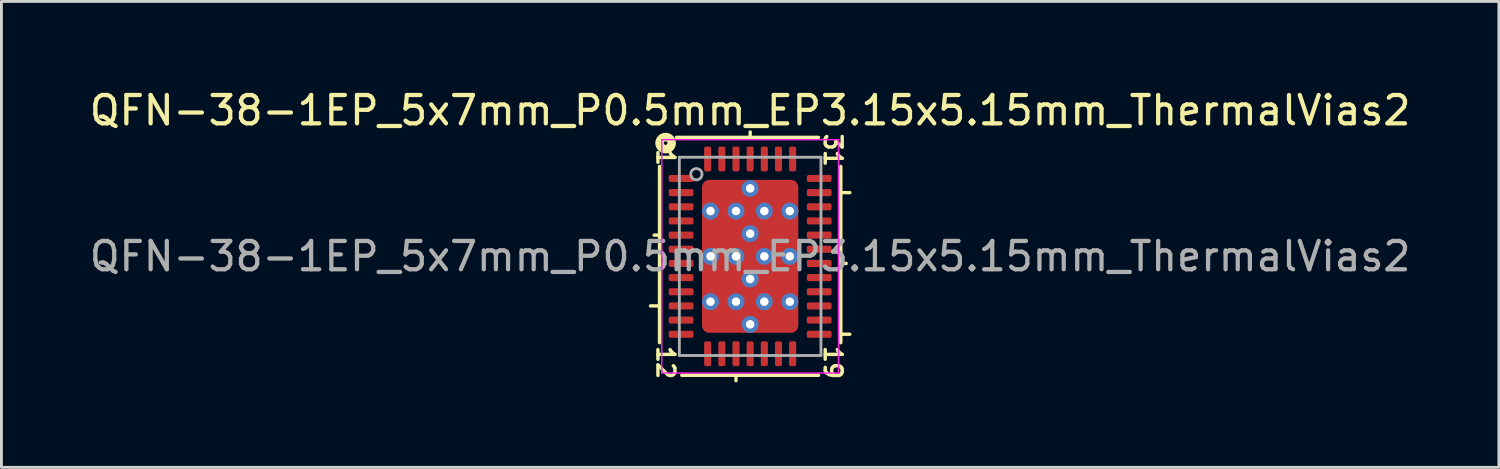
<source format=kicad_pcb>
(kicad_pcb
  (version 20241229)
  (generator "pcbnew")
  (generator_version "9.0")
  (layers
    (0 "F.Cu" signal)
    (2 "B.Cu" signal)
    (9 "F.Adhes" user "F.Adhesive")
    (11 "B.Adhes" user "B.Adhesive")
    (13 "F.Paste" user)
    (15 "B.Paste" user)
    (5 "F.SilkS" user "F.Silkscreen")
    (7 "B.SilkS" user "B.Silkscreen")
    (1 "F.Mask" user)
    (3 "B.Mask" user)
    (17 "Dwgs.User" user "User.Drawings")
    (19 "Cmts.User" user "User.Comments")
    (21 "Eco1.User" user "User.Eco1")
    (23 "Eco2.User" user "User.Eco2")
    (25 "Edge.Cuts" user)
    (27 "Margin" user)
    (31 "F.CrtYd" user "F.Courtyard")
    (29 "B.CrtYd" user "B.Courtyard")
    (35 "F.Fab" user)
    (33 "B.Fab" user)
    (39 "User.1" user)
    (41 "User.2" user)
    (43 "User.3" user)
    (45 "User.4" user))
  (footprint "QFN-38-1EP_5x7mm_P0.5mm_EP3.15x5.15mm_ThermalVias2"
    (layer "F.Cu")
    (at 23.435 6.001)
    (property "Reference" "QFN-38-1EP_5x7mm_P0.5mm_EP3.15x5.15mm_ThermalVias2" (at 0 -5.152 0) (layer "F.SilkS") (effects (font (size 1 1) (thickness 0.15))))
    (attr smd)
    (fp_line (start -3.2 -3.175) (end -3.2 3.048) (stroke (width 0.12) (type solid)) (layer "F.SilkS"))
    (fp_line (start -3.2 -0.75) (end -3.39 -0.75) (stroke (width 0.12) (type solid)) (layer "F.SilkS"))
    (fp_line (start -3.2 1.75) (end -3.518 1.75) (stroke (width 0.12) (type solid)) (layer "F.SilkS"))
    (fp_line (start -2.413 4.2) (end 2.413 4.2) (stroke (width 0.12) (type solid)) (layer "F.SilkS"))
    (fp_line (start -0.5 4.2) (end -0.5 4.391) (stroke (width 0.12) (type solid)) (layer "F.SilkS"))
    (fp_line (start 0 -4.2) (end 0 -4.391) (stroke (width 0.12) (type solid)) (layer "F.SilkS"))
    (fp_line (start 2.413 -4.2) (end -2.603 -4.2) (stroke (width 0.12) (type solid)) (layer "F.SilkS"))
    (fp_line (start 3.2 -2.25) (end 3.518 -2.25) (stroke (width 0.12) (type solid)) (layer "F.SilkS"))
    (fp_line (start 3.2 0.25) (end 3.39 0.25) (stroke (width 0.12) (type solid)) (layer "F.SilkS"))
    (fp_line (start 3.2 2.75) (end 3.518 2.75) (stroke (width 0.12) (type solid)) (layer "F.SilkS"))
    (fp_line (start 3.2 3.048) (end 3.2 -3.175) (stroke (width 0.12) (type solid)) (layer "F.SilkS"))
    (fp_circle (center -2.985 -4) (end -2.921 -4) (stroke (width 0.3) (type solid)) (fill no) (layer "F.SilkS"))
    (fp_line (start -3.12 -4.12) (end -3.12 4.12) (stroke (width 0.05) (type solid)) (layer "F.CrtYd"))
    (fp_line (start -3.12 4.12) (end 3.12 4.12) (stroke (width 0.05) (type solid)) (layer "F.CrtYd"))
    (fp_line (start 3.12 -4.12) (end -3.12 -4.12) (stroke (width 0.05) (type solid)) (layer "F.CrtYd"))
    (fp_line (start 3.12 4.12) (end 3.12 -4.12) (stroke (width 0.05) (type solid)) (layer "F.CrtYd"))
    (fp_line (start -2.5 -3.5) (end 2.5 -3.5) (stroke (width 0.1) (type solid)) (layer "F.Fab"))
    (fp_line (start -2.5 3.5) (end -2.5 -3.5) (stroke (width 0.1) (type solid)) (layer "F.Fab"))
    (fp_line (start 2.5 -3.5) (end 2.5 3.5) (stroke (width 0.1) (type solid)) (layer "F.Fab"))
    (fp_line (start 2.5 3.5) (end -2.5 3.5) (stroke (width 0.1) (type solid)) (layer "F.Fab"))
    (fp_circle (center -1.9 -2.9) (end -1.7 -2.9) (stroke (width 0.1) (type solid)) (fill no) (layer "F.Fab"))
    (fp_text user "19" (at 2.921 3.747 270) (unlocked yes) (layer "F.SilkS") (effects (font (size 0.6 0.6) (thickness 0.12))))
    (fp_text user "31" (at 2.921 -3.747 270) (unlocked yes) (layer "F.SilkS") (effects (font (size 0.6 0.6) (thickness 0.12))))
    (fp_text user "12" (at -2.985 3.747 270) (unlocked yes) (layer "F.SilkS") (effects (font (size 0.6 0.6) (thickness 0.12))))
    (fp_text user "1" (at -2.985 -3.493 270) (unlocked yes) (layer "F.SilkS") (effects (font (size 0.6 0.6) (thickness 0.12))))
    (fp_text user "${REFERENCE}" (at 0 0 0) (layer "F.Fab") (effects (font (size 1 1) (thickness 0.15))))
    (pad "" smd roundrect (at -1.238 -2.225) (size 0.425 0.45) (layers "F.Paste") (roundrect_rratio 0.25))
    (pad "" smd roundrect (at -1.238 -0.8) (size 0.425 0.8) (layers "F.Paste") (roundrect_rratio 0.25))
    (pad "" smd roundrect (at -1.238 0.8) (size 0.425 0.8) (layers "F.Paste") (roundrect_rratio 0.25))
    (pad "" smd roundrect (at -1.238 2.225) (size 0.425 0.45) (layers "F.Paste") (roundrect_rratio 0.25))
    (pad "" smd roundrect (at -0.938 -2.237) (size 1.275 0.675) (layers "F.Mask") (roundrect_rratio 0.25))
    (pad "" smd roundrect (at -0.938 -0.8) (size 1.275 1) (layers "F.Mask") (roundrect_rratio 0.25))
    (pad "" smd roundrect (at -0.938 0.8) (size 1.275 1) (layers "F.Mask") (roundrect_rratio 0.25))
    (pad "" smd roundrect (at -0.938 2.237) (size 1.275 0.675) (layers "F.Mask") (roundrect_rratio 0.25))
    (pad "" smd roundrect (at -0.613 -2.225) (size 0.425 0.45) (layers "F.Paste") (roundrect_rratio 0.25))
    (pad "" smd roundrect (at -0.613 -0.8) (size 0.425 0.8) (layers "F.Paste") (roundrect_rratio 0.25))
    (pad "" smd roundrect (at -0.613 0.8) (size 0.425 0.8) (layers "F.Paste") (roundrect_rratio 0.25))
    (pad "" smd roundrect (at -0.613 2.225) (size 0.425 0.45) (layers "F.Paste") (roundrect_rratio 0.25))
    (pad "" smd roundrect (at 0.613 -2.225) (size 0.425 0.45) (layers "F.Paste") (roundrect_rratio 0.25))
    (pad "" smd roundrect (at 0.613 -0.8) (size 0.425 0.8) (layers "F.Paste") (roundrect_rratio 0.25))
    (pad "" smd roundrect (at 0.613 0.8) (size 0.425 0.8) (layers "F.Paste") (roundrect_rratio 0.25))
    (pad "" smd roundrect (at 0.613 2.225) (size 0.425 0.45) (layers "F.Paste") (roundrect_rratio 0.25))
    (pad "" smd roundrect (at 0.938 -2.237) (size 1.275 0.675) (layers "F.Mask") (roundrect_rratio 0.25))
    (pad "" smd roundrect (at 0.938 -0.8) (size 1.275 1) (layers "F.Mask") (roundrect_rratio 0.25))
    (pad "" smd roundrect (at 0.938 0.8) (size 1.275 1) (layers "F.Mask") (roundrect_rratio 0.25))
    (pad "" smd roundrect (at 0.938 2.237) (size 1.275 0.675) (layers "F.Mask") (roundrect_rratio 0.25))
    (pad "" smd roundrect (at 1.238 -2.225) (size 0.425 0.45) (layers "F.Paste") (roundrect_rratio 0.25))
    (pad "" smd roundrect (at 1.238 -0.8) (size 0.425 0.8) (layers "F.Paste") (roundrect_rratio 0.25))
    (pad "" smd roundrect (at 1.238 0.8) (size 0.425 0.8) (layers "F.Paste") (roundrect_rratio 0.25))
    (pad "" smd roundrect (at 1.238 2.225) (size 0.425 0.45) (layers "F.Paste") (roundrect_rratio 0.25))
    (pad "1" smd roundrect (at -2.438 -2.75) (size 0.875 0.25) (layers "F.Cu" "F.Mask" "F.Paste") (roundrect_rratio 0.25))
    (pad "2" smd roundrect (at -2.438 -2.25) (size 0.875 0.25) (layers "F.Cu" "F.Mask" "F.Paste") (roundrect_rratio 0.25))
    (pad "3" smd roundrect (at -2.438 -1.75) (size 0.875 0.25) (layers "F.Cu" "F.Mask" "F.Paste") (roundrect_rratio 0.25))
    (pad "4" smd roundrect (at -2.438 -1.25) (size 0.875 0.25) (layers "F.Cu" "F.Mask" "F.Paste") (roundrect_rratio 0.25))
    (pad "5" smd roundrect (at -2.438 -0.75) (size 0.875 0.25) (layers "F.Cu" "F.Mask" "F.Paste") (roundrect_rratio 0.25))
    (pad "6" smd roundrect (at -2.438 -0.25) (size 0.875 0.25) (layers "F.Cu" "F.Mask" "F.Paste") (roundrect_rratio 0.25))
    (pad "7" smd roundrect (at -2.438 0.25) (size 0.875 0.25) (layers "F.Cu" "F.Mask" "F.Paste") (roundrect_rratio 0.25))
    (pad "8" smd roundrect (at -2.438 0.75) (size 0.875 0.25) (layers "F.Cu" "F.Mask" "F.Paste") (roundrect_rratio 0.25))
    (pad "9" smd roundrect (at -2.438 1.25) (size 0.875 0.25) (layers "F.Cu" "F.Mask" "F.Paste") (roundrect_rratio 0.25))
    (pad "10" smd roundrect (at -2.438 1.75) (size 0.875 0.25) (layers "F.Cu" "F.Mask" "F.Paste") (roundrect_rratio 0.25))
    (pad "11" smd roundrect (at -2.438 2.25) (size 0.875 0.25) (layers "F.Cu" "F.Mask" "F.Paste") (roundrect_rratio 0.25))
    (pad "12" smd roundrect (at -2.438 2.75) (size 0.875 0.25) (layers "F.Cu" "F.Mask" "F.Paste") (roundrect_rratio 0.25))
    (pad "13" smd roundrect (at -1.5 3.438) (size 0.25 0.875) (layers "F.Cu" "F.Mask" "F.Paste") (roundrect_rratio 0.25))
    (pad "14" smd roundrect (at -1 3.438) (size 0.25 0.875) (layers "F.Cu" "F.Mask" "F.Paste") (roundrect_rratio 0.25))
    (pad "15" smd roundrect (at -0.5 3.438) (size 0.25 0.875) (layers "F.Cu" "F.Mask" "F.Paste") (roundrect_rratio 0.25))
    (pad "16" smd roundrect (at 0 3.438) (size 0.25 0.875) (layers "F.Cu" "F.Mask" "F.Paste") (roundrect_rratio 0.25))
    (pad "17" smd roundrect (at 0.5 3.438) (size 0.25 0.875) (layers "F.Cu" "F.Mask" "F.Paste") (roundrect_rratio 0.25))
    (pad "18" smd roundrect (at 1 3.438) (size 0.25 0.875) (layers "F.Cu" "F.Mask" "F.Paste") (roundrect_rratio 0.25))
    (pad "19" smd roundrect (at 1.5 3.438) (size 0.25 0.875) (layers "F.Cu" "F.Mask" "F.Paste") (roundrect_rratio 0.25))
    (pad "20" smd roundrect (at 2.438 2.75) (size 0.875 0.25) (layers "F.Cu" "F.Mask" "F.Paste") (roundrect_rratio 0.25))
    (pad "21" smd roundrect (at 2.438 2.25) (size 0.875 0.25) (layers "F.Cu" "F.Mask" "F.Paste") (roundrect_rratio 0.25))
    (pad "22" smd roundrect (at 2.438 1.75) (size 0.875 0.25) (layers "F.Cu" "F.Mask" "F.Paste") (roundrect_rratio 0.25))
    (pad "23" smd roundrect (at 2.438 1.25) (size 0.875 0.25) (layers "F.Cu" "F.Mask" "F.Paste") (roundrect_rratio 0.25))
    (pad "24" smd roundrect (at 2.438 0.75) (size 0.875 0.25) (layers "F.Cu" "F.Mask" "F.Paste") (roundrect_rratio 0.25))
    (pad "25" smd roundrect (at 2.438 0.25) (size 0.875 0.25) (layers "F.Cu" "F.Mask" "F.Paste") (roundrect_rratio 0.25))
    (pad "26" smd roundrect (at 2.438 -0.25) (size 0.875 0.25) (layers "F.Cu" "F.Mask" "F.Paste") (roundrect_rratio 0.25))
    (pad "27" smd roundrect (at 2.438 -0.75) (size 0.875 0.25) (layers "F.Cu" "F.Mask" "F.Paste") (roundrect_rratio 0.25))
    (pad "28" smd roundrect (at 2.438 -1.25) (size 0.875 0.25) (layers "F.Cu" "F.Mask" "F.Paste") (roundrect_rratio 0.25))
    (pad "29" smd roundrect (at 2.438 -1.75) (size 0.875 0.25) (layers "F.Cu" "F.Mask" "F.Paste") (roundrect_rratio 0.25))
    (pad "30" smd roundrect (at 2.438 -2.25) (size 0.875 0.25) (layers "F.Cu" "F.Mask" "F.Paste") (roundrect_rratio 0.25))
    (pad "31" smd roundrect (at 2.438 -2.75) (size 0.875 0.25) (layers "F.Cu" "F.Mask" "F.Paste") (roundrect_rratio 0.25))
    (pad "32" smd roundrect (at 1.5 -3.438) (size 0.25 0.875) (layers "F.Cu" "F.Mask" "F.Paste") (roundrect_rratio 0.25))
    (pad "33" smd roundrect (at 1 -3.438) (size 0.25 0.875) (layers "F.Cu" "F.Mask" "F.Paste") (roundrect_rratio 0.25))
    (pad "34" smd roundrect (at 0.5 -3.438) (size 0.25 0.875) (layers "F.Cu" "F.Mask" "F.Paste") (roundrect_rratio 0.25))
    (pad "35" smd roundrect (at 0 -3.438) (size 0.25 0.875) (layers "F.Cu" "F.Mask" "F.Paste") (roundrect_rratio 0.25))
    (pad "36" smd roundrect (at -0.5 -3.438) (size 0.25 0.875) (layers "F.Cu" "F.Mask" "F.Paste") (roundrect_rratio 0.25))
    (pad "37" smd roundrect (at -1 -3.438) (size 0.25 0.875) (layers "F.Cu" "F.Mask" "F.Paste") (roundrect_rratio 0.25))
    (pad "38" smd roundrect (at -1.5 -3.438) (size 0.25 0.875) (layers "F.Cu" "F.Mask" "F.Paste") (roundrect_rratio 0.25))
    (pad "39" thru_hole circle (at -1.4 -1.6) (size 0.6 0.6) (drill 0.3) (property pad_prop_heatsink) (layers "*.Cu" "*.Mask"))
    (pad "39" thru_hole circle (at -1.4 0) (size 0.6 0.6) (drill 0.3) (property pad_prop_heatsink) (layers "*.Cu" "*.Mask"))
    (pad "39" thru_hole circle (at -1.4 1.6) (size 0.6 0.6) (drill 0.3) (property pad_prop_heatsink) (layers "*.Cu" "*.Mask"))
    (pad "39" thru_hole circle (at -0.5 -1.6) (size 0.6 0.6) (drill 0.3) (property pad_prop_heatsink) (layers "*.Cu" "*.Mask"))
    (pad "39" thru_hole circle (at -0.5 0) (size 0.6 0.6) (drill 0.3) (property pad_prop_heatsink) (layers "*.Cu" "*.Mask"))
    (pad "39" thru_hole circle (at -0.5 1.6) (size 0.6 0.6) (drill 0.3) (property pad_prop_heatsink) (layers "*.Cu" "*.Mask"))
    (pad "39" thru_hole circle (at 0 -2.4) (size 0.6 0.6) (drill 0.3) (property pad_prop_heatsink) (layers "*.Cu" "*.Mask"))
    (pad "39" thru_hole circle (at 0 -0.8) (size 0.6 0.6) (drill 0.3) (property pad_prop_heatsink) (layers "*.Cu" "*.Mask"))
    (pad "39" smd roundrect (at 0 0) (size 3.4 5.4) (layers "F.Cu") (roundrect_rratio 0.074))
    (pad "39" thru_hole circle (at 0 0.8) (size 0.6 0.6) (drill 0.3) (property pad_prop_heatsink) (layers "*.Cu" "*.Mask"))
    (pad "39" thru_hole circle (at 0 2.4) (size 0.6 0.6) (drill 0.3) (property pad_prop_heatsink) (layers "*.Cu" "*.Mask"))
    (pad "39" thru_hole circle (at 0.5 -1.6) (size 0.6 0.6) (drill 0.3) (property pad_prop_heatsink) (layers "*.Cu" "*.Mask"))
    (pad "39" thru_hole circle (at 0.5 0) (size 0.6 0.6) (drill 0.3) (property pad_prop_heatsink) (layers "*.Cu" "*.Mask"))
    (pad "39" thru_hole circle (at 0.5 1.6) (size 0.6 0.6) (drill 0.3) (property pad_prop_heatsink) (layers "*.Cu" "*.Mask"))
    (pad "39" thru_hole circle (at 1.4 -1.6) (size 0.6 0.6) (drill 0.3) (property pad_prop_heatsink) (layers "*.Cu" "*.Mask"))
    (pad "39" thru_hole circle (at 1.4 0) (size 0.6 0.6) (drill 0.3) (property pad_prop_heatsink) (layers "*.Cu" "*.Mask"))
    (pad "39" thru_hole circle (at 1.4 1.6) (size 0.6 0.6) (drill 0.3) (property pad_prop_heatsink) (layers "*.Cu" "*.Mask")))
  (gr_rect
    (start -3 -3)
    (end 49.869 13.451)
    (stroke (width 0.1) (type default))
    (fill no)
    (layer "Edge.Cuts")))
</source>
